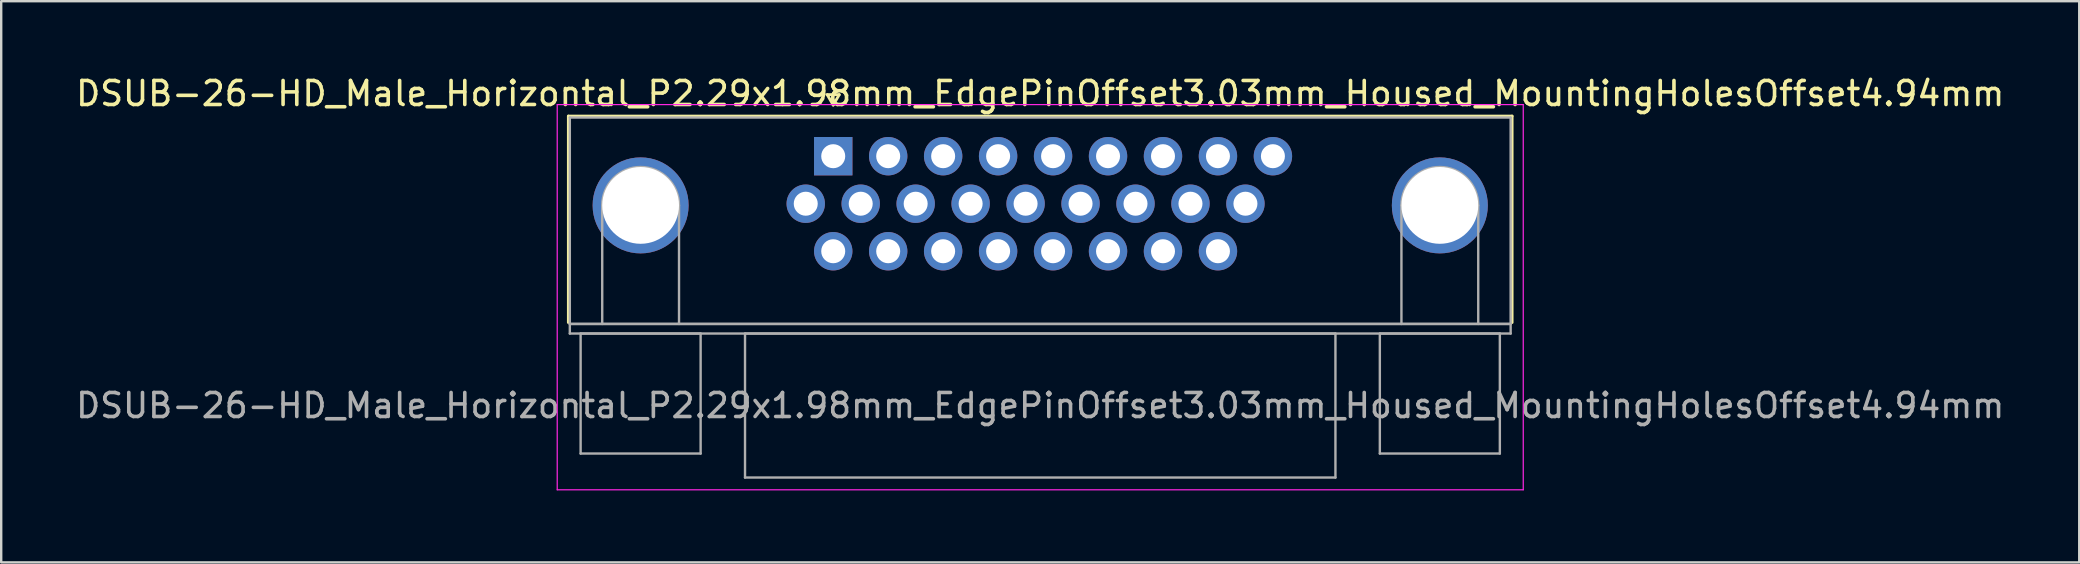
<source format=kicad_pcb>
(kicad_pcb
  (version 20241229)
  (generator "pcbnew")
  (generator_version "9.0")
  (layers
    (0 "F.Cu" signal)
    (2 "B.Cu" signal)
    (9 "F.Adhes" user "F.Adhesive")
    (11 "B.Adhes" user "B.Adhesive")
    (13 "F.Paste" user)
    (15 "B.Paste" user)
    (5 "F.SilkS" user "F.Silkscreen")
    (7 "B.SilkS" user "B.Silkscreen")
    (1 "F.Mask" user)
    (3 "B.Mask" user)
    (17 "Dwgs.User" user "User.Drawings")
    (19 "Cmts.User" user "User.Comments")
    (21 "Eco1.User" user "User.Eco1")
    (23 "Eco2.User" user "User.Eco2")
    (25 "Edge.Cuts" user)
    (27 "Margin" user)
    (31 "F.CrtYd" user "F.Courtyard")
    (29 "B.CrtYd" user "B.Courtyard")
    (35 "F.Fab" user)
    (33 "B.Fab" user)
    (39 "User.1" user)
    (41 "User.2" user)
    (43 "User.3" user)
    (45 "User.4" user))
  (footprint "DSUB-26-HD_Male_Horizontal_P2.29x1.98mm_EdgePinOffset3.03mm_Housed_MountingHolesOffset4.94mm"
    (layer "F.Cu")
    (at 31.667 3.458)
    (property "Reference" "DSUB-26-HD_Male_Horizontal_P2.29x1.98mm_EdgePinOffset3.03mm_Housed_MountingHolesOffset4.94mm" (at 8.625 -2.61 0) (layer "F.SilkS") (effects (font (size 1 1) (thickness 0.15))))
    (attr through_hole)
    (fp_line (start -11.035 -1.67) (end 28.285 -1.67) (stroke (width 0.12) (type solid)) (layer "F.SilkS"))
    (fp_line (start -11.035 6.93) (end -11.035 -1.67) (stroke (width 0.12) (type solid)) (layer "F.SilkS"))
    (fp_line (start -0.25 -2.564) (end 0.25 -2.564) (stroke (width 0.12) (type solid)) (layer "F.SilkS"))
    (fp_line (start 0 -2.131) (end -0.25 -2.564) (stroke (width 0.12) (type solid)) (layer "F.SilkS"))
    (fp_line (start 0.25 -2.564) (end 0 -2.131) (stroke (width 0.12) (type solid)) (layer "F.SilkS"))
    (fp_line (start 28.285 -1.67) (end 28.285 6.93) (stroke (width 0.12) (type solid)) (layer "F.SilkS"))
    (fp_line (start -11.5 -2.15) (end -11.5 13.9) (stroke (width 0.05) (type solid)) (layer "F.CrtYd"))
    (fp_line (start -11.5 13.9) (end 28.75 13.9) (stroke (width 0.05) (type solid)) (layer "F.CrtYd"))
    (fp_line (start 28.75 -2.15) (end -11.5 -2.15) (stroke (width 0.05) (type solid)) (layer "F.CrtYd"))
    (fp_line (start 28.75 13.9) (end 28.75 -2.15) (stroke (width 0.05) (type solid)) (layer "F.CrtYd"))
    (fp_line (start -10.975 -1.61) (end -10.975 6.99) (stroke (width 0.1) (type solid)) (layer "F.Fab"))
    (fp_line (start -10.975 6.99) (end -10.975 7.39) (stroke (width 0.1) (type solid)) (layer "F.Fab"))
    (fp_line (start -10.975 6.99) (end 28.225 6.99) (stroke (width 0.1) (type solid)) (layer "F.Fab"))
    (fp_line (start -10.975 7.39) (end 28.225 7.39) (stroke (width 0.1) (type solid)) (layer "F.Fab"))
    (fp_line (start -10.525 7.39) (end -10.525 12.39) (stroke (width 0.1) (type solid)) (layer "F.Fab"))
    (fp_line (start -10.525 12.39) (end -5.525 12.39) (stroke (width 0.1) (type solid)) (layer "F.Fab"))
    (fp_line (start -9.625 6.99) (end -9.625 2.05) (stroke (width 0.1) (type solid)) (layer "F.Fab"))
    (fp_line (start -6.425 6.99) (end -6.425 2.05) (stroke (width 0.1) (type solid)) (layer "F.Fab"))
    (fp_line (start -5.525 7.39) (end -10.525 7.39) (stroke (width 0.1) (type solid)) (layer "F.Fab"))
    (fp_line (start -5.525 12.39) (end -5.525 7.39) (stroke (width 0.1) (type solid)) (layer "F.Fab"))
    (fp_line (start -3.675 7.39) (end -3.675 13.39) (stroke (width 0.1) (type solid)) (layer "F.Fab"))
    (fp_line (start -3.675 13.39) (end 20.925 13.39) (stroke (width 0.1) (type solid)) (layer "F.Fab"))
    (fp_line (start 20.925 7.39) (end -3.675 7.39) (stroke (width 0.1) (type solid)) (layer "F.Fab"))
    (fp_line (start 20.925 13.39) (end 20.925 7.39) (stroke (width 0.1) (type solid)) (layer "F.Fab"))
    (fp_line (start 22.775 7.39) (end 22.775 12.39) (stroke (width 0.1) (type solid)) (layer "F.Fab"))
    (fp_line (start 22.775 12.39) (end 27.775 12.39) (stroke (width 0.1) (type solid)) (layer "F.Fab"))
    (fp_line (start 23.675 6.99) (end 23.675 2.05) (stroke (width 0.1) (type solid)) (layer "F.Fab"))
    (fp_line (start 26.875 6.99) (end 26.875 2.05) (stroke (width 0.1) (type solid)) (layer "F.Fab"))
    (fp_line (start 27.775 7.39) (end 22.775 7.39) (stroke (width 0.1) (type solid)) (layer "F.Fab"))
    (fp_line (start 27.775 12.39) (end 27.775 7.39) (stroke (width 0.1) (type solid)) (layer "F.Fab"))
    (fp_line (start 28.225 -1.61) (end -10.975 -1.61) (stroke (width 0.1) (type solid)) (layer "F.Fab"))
    (fp_line (start 28.225 6.99) (end -10.975 6.99) (stroke (width 0.1) (type solid)) (layer "F.Fab"))
    (fp_line (start 28.225 6.99) (end 28.225 -1.61) (stroke (width 0.1) (type solid)) (layer "F.Fab"))
    (fp_line (start 28.225 7.39) (end 28.225 6.99) (stroke (width 0.1) (type solid)) (layer "F.Fab"))
    (fp_arc (start -9.625 2.05) (mid -8.025 0.45) (end -6.425 2.05) (stroke (width 0.1) (type solid)) (layer "F.Fab"))
    (fp_arc (start 23.675 2.05) (mid 25.275 0.45) (end 26.875 2.05) (stroke (width 0.1) (type solid)) (layer "F.Fab"))
    (fp_text user "${REFERENCE}" (at 8.625 10.39 0) (layer "F.Fab") (effects (font (size 1 1) (thickness 0.15))))
    (pad "0" thru_hole circle (at -8.025 2.05) (size 4 4) (drill 3.2) (layers "*.Cu" "*.Mask"))
    (pad "0" thru_hole circle (at 25.275 2.05) (size 4 4) (drill 3.2) (layers "*.Cu" "*.Mask"))
    (pad "1" thru_hole rect (at 0 0) (size 1.6 1.6) (drill 1) (layers "*.Cu" "*.Mask"))
    (pad "2" thru_hole circle (at 2.29 0) (size 1.6 1.6) (drill 1) (layers "*.Cu" "*.Mask"))
    (pad "3" thru_hole circle (at 4.58 0) (size 1.6 1.6) (drill 1) (layers "*.Cu" "*.Mask"))
    (pad "4" thru_hole circle (at 6.87 0) (size 1.6 1.6) (drill 1) (layers "*.Cu" "*.Mask"))
    (pad "5" thru_hole circle (at 9.16 0) (size 1.6 1.6) (drill 1) (layers "*.Cu" "*.Mask"))
    (pad "6" thru_hole circle (at 11.45 0) (size 1.6 1.6) (drill 1) (layers "*.Cu" "*.Mask"))
    (pad "7" thru_hole circle (at 13.74 0) (size 1.6 1.6) (drill 1) (layers "*.Cu" "*.Mask"))
    (pad "8" thru_hole circle (at 16.03 0) (size 1.6 1.6) (drill 1) (layers "*.Cu" "*.Mask"))
    (pad "9" thru_hole circle (at 18.32 0) (size 1.6 1.6) (drill 1) (layers "*.Cu" "*.Mask"))
    (pad "10" thru_hole circle (at -1.145 1.98) (size 1.6 1.6) (drill 1) (layers "*.Cu" "*.Mask"))
    (pad "11" thru_hole circle (at 1.145 1.98) (size 1.6 1.6) (drill 1) (layers "*.Cu" "*.Mask"))
    (pad "12" thru_hole circle (at 3.435 1.98) (size 1.6 1.6) (drill 1) (layers "*.Cu" "*.Mask"))
    (pad "13" thru_hole circle (at 5.725 1.98) (size 1.6 1.6) (drill 1) (layers "*.Cu" "*.Mask"))
    (pad "14" thru_hole circle (at 8.015 1.98) (size 1.6 1.6) (drill 1) (layers "*.Cu" "*.Mask"))
    (pad "15" thru_hole circle (at 10.305 1.98) (size 1.6 1.6) (drill 1) (layers "*.Cu" "*.Mask"))
    (pad "16" thru_hole circle (at 12.595 1.98) (size 1.6 1.6) (drill 1) (layers "*.Cu" "*.Mask"))
    (pad "17" thru_hole circle (at 14.885 1.98) (size 1.6 1.6) (drill 1) (layers "*.Cu" "*.Mask"))
    (pad "18" thru_hole circle (at 17.175 1.98) (size 1.6 1.6) (drill 1) (layers "*.Cu" "*.Mask"))
    (pad "19" thru_hole circle (at 0 3.96) (size 1.6 1.6) (drill 1) (layers "*.Cu" "*.Mask"))
    (pad "20" thru_hole circle (at 2.29 3.96) (size 1.6 1.6) (drill 1) (layers "*.Cu" "*.Mask"))
    (pad "21" thru_hole circle (at 4.58 3.96) (size 1.6 1.6) (drill 1) (layers "*.Cu" "*.Mask"))
    (pad "22" thru_hole circle (at 6.87 3.96) (size 1.6 1.6) (drill 1) (layers "*.Cu" "*.Mask"))
    (pad "23" thru_hole circle (at 9.16 3.96) (size 1.6 1.6) (drill 1) (layers "*.Cu" "*.Mask"))
    (pad "24" thru_hole circle (at 11.45 3.96) (size 1.6 1.6) (drill 1) (layers "*.Cu" "*.Mask"))
    (pad "25" thru_hole circle (at 13.74 3.96) (size 1.6 1.6) (drill 1) (layers "*.Cu" "*.Mask"))
    (pad "26" thru_hole circle (at 16.03 3.96) (size 1.6 1.6) (drill 1) (layers "*.Cu" "*.Mask")))
  (gr_rect
    (start -3 -3)
    (end 83.583 20.383)
    (stroke (width 0.1) (type default))
    (fill no)
    (layer "Edge.Cuts")))
</source>
